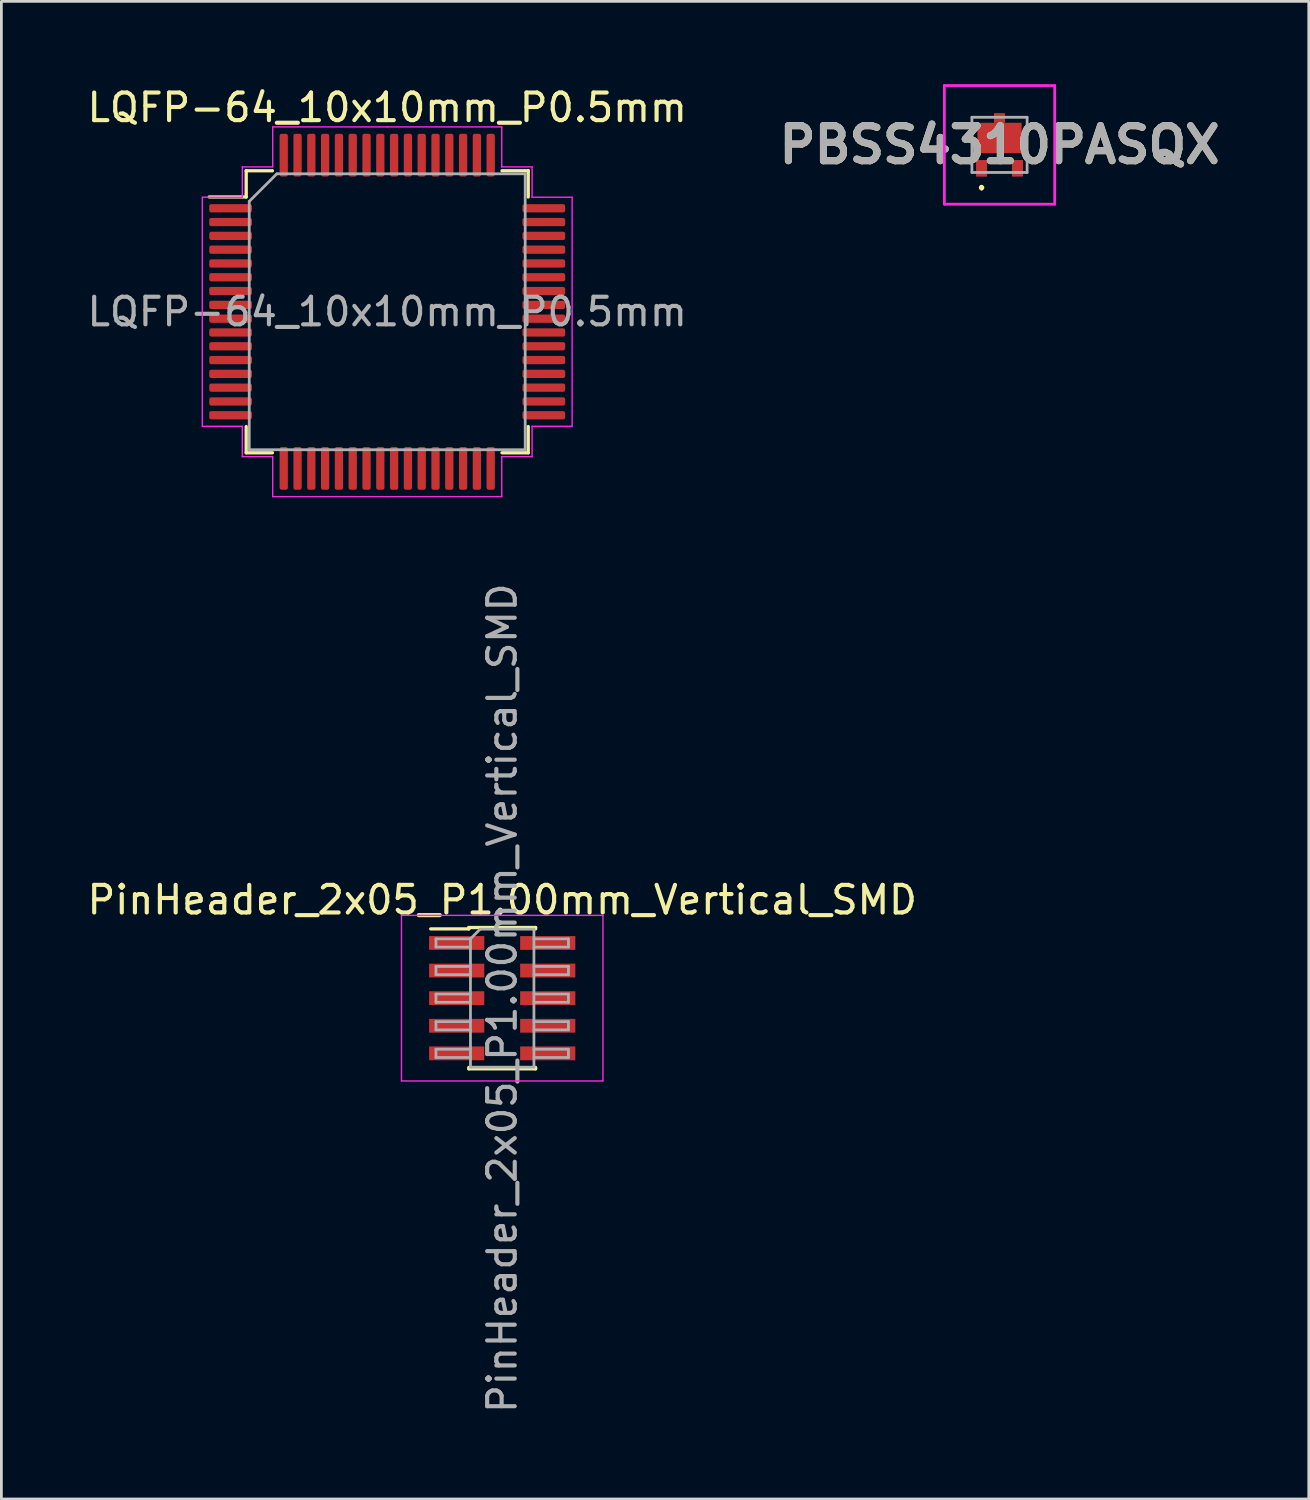
<source format=kicad_pcb>
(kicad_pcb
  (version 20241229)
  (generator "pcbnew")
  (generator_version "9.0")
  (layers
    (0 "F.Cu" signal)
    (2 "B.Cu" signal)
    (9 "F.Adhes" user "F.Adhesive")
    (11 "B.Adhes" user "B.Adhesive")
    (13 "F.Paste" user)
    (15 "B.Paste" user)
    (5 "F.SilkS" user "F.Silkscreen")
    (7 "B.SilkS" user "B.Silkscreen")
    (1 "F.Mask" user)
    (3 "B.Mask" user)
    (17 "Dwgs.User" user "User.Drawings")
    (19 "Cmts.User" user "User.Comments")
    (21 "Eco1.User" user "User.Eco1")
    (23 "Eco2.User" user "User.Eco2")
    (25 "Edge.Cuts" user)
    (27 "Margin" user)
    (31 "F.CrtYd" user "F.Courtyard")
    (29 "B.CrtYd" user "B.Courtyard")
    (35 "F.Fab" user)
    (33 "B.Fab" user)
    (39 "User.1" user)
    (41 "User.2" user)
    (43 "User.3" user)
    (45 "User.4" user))
  (footprint "LQFP-64_10x10mm_P0.5mm"
    (layer "F.Cu")
    (at 10.982 8.248)
    (property "Reference" "LQFP-64_10x10mm_P0.5mm" (at 0 -7.4 0) (layer "F.SilkS") (effects (font (size 1 1) (thickness 0.15))))
    (attr smd)
    (fp_line (start -5.11 -5.11) (end -5.11 -4.16) (stroke (width 0.12) (type solid)) (layer "F.SilkS"))
    (fp_line (start -5.11 -4.16) (end -6.45 -4.16) (stroke (width 0.12) (type solid)) (layer "F.SilkS"))
    (fp_line (start -5.11 5.11) (end -5.11 4.16) (stroke (width 0.12) (type solid)) (layer "F.SilkS"))
    (fp_line (start -4.16 -5.11) (end -5.11 -5.11) (stroke (width 0.12) (type solid)) (layer "F.SilkS"))
    (fp_line (start -4.16 5.11) (end -5.11 5.11) (stroke (width 0.12) (type solid)) (layer "F.SilkS"))
    (fp_line (start 4.16 -5.11) (end 5.11 -5.11) (stroke (width 0.12) (type solid)) (layer "F.SilkS"))
    (fp_line (start 4.16 5.11) (end 5.11 5.11) (stroke (width 0.12) (type solid)) (layer "F.SilkS"))
    (fp_line (start 5.11 -5.11) (end 5.11 -4.16) (stroke (width 0.12) (type solid)) (layer "F.SilkS"))
    (fp_line (start 5.11 5.11) (end 5.11 4.16) (stroke (width 0.12) (type solid)) (layer "F.SilkS"))
    (fp_line (start -6.7 -4.15) (end -6.7 0) (stroke (width 0.05) (type solid)) (layer "F.CrtYd"))
    (fp_line (start -6.7 4.15) (end -6.7 0) (stroke (width 0.05) (type solid)) (layer "F.CrtYd"))
    (fp_line (start -5.25 -5.25) (end -5.25 -4.15) (stroke (width 0.05) (type solid)) (layer "F.CrtYd"))
    (fp_line (start -5.25 -4.15) (end -6.7 -4.15) (stroke (width 0.05) (type solid)) (layer "F.CrtYd"))
    (fp_line (start -5.25 4.15) (end -6.7 4.15) (stroke (width 0.05) (type solid)) (layer "F.CrtYd"))
    (fp_line (start -5.25 5.25) (end -5.25 4.15) (stroke (width 0.05) (type solid)) (layer "F.CrtYd"))
    (fp_line (start -4.15 -6.7) (end -4.15 -5.25) (stroke (width 0.05) (type solid)) (layer "F.CrtYd"))
    (fp_line (start -4.15 -5.25) (end -5.25 -5.25) (stroke (width 0.05) (type solid)) (layer "F.CrtYd"))
    (fp_line (start -4.15 5.25) (end -5.25 5.25) (stroke (width 0.05) (type solid)) (layer "F.CrtYd"))
    (fp_line (start -4.15 6.7) (end -4.15 5.25) (stroke (width 0.05) (type solid)) (layer "F.CrtYd"))
    (fp_line (start 0 -6.7) (end -4.15 -6.7) (stroke (width 0.05) (type solid)) (layer "F.CrtYd"))
    (fp_line (start 0 -6.7) (end 4.15 -6.7) (stroke (width 0.05) (type solid)) (layer "F.CrtYd"))
    (fp_line (start 0 6.7) (end -4.15 6.7) (stroke (width 0.05) (type solid)) (layer "F.CrtYd"))
    (fp_line (start 0 6.7) (end 4.15 6.7) (stroke (width 0.05) (type solid)) (layer "F.CrtYd"))
    (fp_line (start 4.15 -6.7) (end 4.15 -5.25) (stroke (width 0.05) (type solid)) (layer "F.CrtYd"))
    (fp_line (start 4.15 -5.25) (end 5.25 -5.25) (stroke (width 0.05) (type solid)) (layer "F.CrtYd"))
    (fp_line (start 4.15 5.25) (end 5.25 5.25) (stroke (width 0.05) (type solid)) (layer "F.CrtYd"))
    (fp_line (start 4.15 6.7) (end 4.15 5.25) (stroke (width 0.05) (type solid)) (layer "F.CrtYd"))
    (fp_line (start 5.25 -5.25) (end 5.25 -4.15) (stroke (width 0.05) (type solid)) (layer "F.CrtYd"))
    (fp_line (start 5.25 -4.15) (end 6.7 -4.15) (stroke (width 0.05) (type solid)) (layer "F.CrtYd"))
    (fp_line (start 5.25 4.15) (end 6.7 4.15) (stroke (width 0.05) (type solid)) (layer "F.CrtYd"))
    (fp_line (start 5.25 5.25) (end 5.25 4.15) (stroke (width 0.05) (type solid)) (layer "F.CrtYd"))
    (fp_line (start 6.7 -4.15) (end 6.7 0) (stroke (width 0.05) (type solid)) (layer "F.CrtYd"))
    (fp_line (start 6.7 4.15) (end 6.7 0) (stroke (width 0.05) (type solid)) (layer "F.CrtYd"))
    (fp_line (start -5 -4) (end -4 -5) (stroke (width 0.1) (type solid)) (layer "F.Fab"))
    (fp_line (start -5 5) (end -5 -4) (stroke (width 0.1) (type solid)) (layer "F.Fab"))
    (fp_line (start -4 -5) (end 5 -5) (stroke (width 0.1) (type solid)) (layer "F.Fab"))
    (fp_line (start 5 -5) (end 5 5) (stroke (width 0.1) (type solid)) (layer "F.Fab"))
    (fp_line (start 5 5) (end -5 5) (stroke (width 0.1) (type solid)) (layer "F.Fab"))
    (fp_text user "${REFERENCE}" (at 0 0 0) (layer "F.Fab") (effects (font (size 1 1) (thickness 0.15))))
    (pad "1" smd roundrect (at -5.675 -3.75) (size 1.55 0.3) (layers "F.Cu" "F.Mask" "F.Paste") (roundrect_rratio 0.25))
    (pad "2" smd roundrect (at -5.675 -3.25) (size 1.55 0.3) (layers "F.Cu" "F.Mask" "F.Paste") (roundrect_rratio 0.25))
    (pad "3" smd roundrect (at -5.675 -2.75) (size 1.55 0.3) (layers "F.Cu" "F.Mask" "F.Paste") (roundrect_rratio 0.25))
    (pad "4" smd roundrect (at -5.675 -2.25) (size 1.55 0.3) (layers "F.Cu" "F.Mask" "F.Paste") (roundrect_rratio 0.25))
    (pad "5" smd roundrect (at -5.675 -1.75) (size 1.55 0.3) (layers "F.Cu" "F.Mask" "F.Paste") (roundrect_rratio 0.25))
    (pad "6" smd roundrect (at -5.675 -1.25) (size 1.55 0.3) (layers "F.Cu" "F.Mask" "F.Paste") (roundrect_rratio 0.25))
    (pad "7" smd roundrect (at -5.675 -0.75) (size 1.55 0.3) (layers "F.Cu" "F.Mask" "F.Paste") (roundrect_rratio 0.25))
    (pad "8" smd roundrect (at -5.675 -0.25) (size 1.55 0.3) (layers "F.Cu" "F.Mask" "F.Paste") (roundrect_rratio 0.25))
    (pad "9" smd roundrect (at -5.675 0.25) (size 1.55 0.3) (layers "F.Cu" "F.Mask" "F.Paste") (roundrect_rratio 0.25))
    (pad "10" smd roundrect (at -5.675 0.75) (size 1.55 0.3) (layers "F.Cu" "F.Mask" "F.Paste") (roundrect_rratio 0.25))
    (pad "11" smd roundrect (at -5.675 1.25) (size 1.55 0.3) (layers "F.Cu" "F.Mask" "F.Paste") (roundrect_rratio 0.25))
    (pad "12" smd roundrect (at -5.675 1.75) (size 1.55 0.3) (layers "F.Cu" "F.Mask" "F.Paste") (roundrect_rratio 0.25))
    (pad "13" smd roundrect (at -5.675 2.25) (size 1.55 0.3) (layers "F.Cu" "F.Mask" "F.Paste") (roundrect_rratio 0.25))
    (pad "14" smd roundrect (at -5.675 2.75) (size 1.55 0.3) (layers "F.Cu" "F.Mask" "F.Paste") (roundrect_rratio 0.25))
    (pad "15" smd roundrect (at -5.675 3.25) (size 1.55 0.3) (layers "F.Cu" "F.Mask" "F.Paste") (roundrect_rratio 0.25))
    (pad "16" smd roundrect (at -5.675 3.75) (size 1.55 0.3) (layers "F.Cu" "F.Mask" "F.Paste") (roundrect_rratio 0.25))
    (pad "17" smd roundrect (at -3.75 5.675) (size 0.3 1.55) (layers "F.Cu" "F.Mask" "F.Paste") (roundrect_rratio 0.25))
    (pad "18" smd roundrect (at -3.25 5.675) (size 0.3 1.55) (layers "F.Cu" "F.Mask" "F.Paste") (roundrect_rratio 0.25))
    (pad "19" smd roundrect (at -2.75 5.675) (size 0.3 1.55) (layers "F.Cu" "F.Mask" "F.Paste") (roundrect_rratio 0.25))
    (pad "20" smd roundrect (at -2.25 5.675) (size 0.3 1.55) (layers "F.Cu" "F.Mask" "F.Paste") (roundrect_rratio 0.25))
    (pad "21" smd roundrect (at -1.75 5.675) (size 0.3 1.55) (layers "F.Cu" "F.Mask" "F.Paste") (roundrect_rratio 0.25))
    (pad "22" smd roundrect (at -1.25 5.675) (size 0.3 1.55) (layers "F.Cu" "F.Mask" "F.Paste") (roundrect_rratio 0.25))
    (pad "23" smd roundrect (at -0.75 5.675) (size 0.3 1.55) (layers "F.Cu" "F.Mask" "F.Paste") (roundrect_rratio 0.25))
    (pad "24" smd roundrect (at -0.25 5.675) (size 0.3 1.55) (layers "F.Cu" "F.Mask" "F.Paste") (roundrect_rratio 0.25))
    (pad "25" smd roundrect (at 0.25 5.675) (size 0.3 1.55) (layers "F.Cu" "F.Mask" "F.Paste") (roundrect_rratio 0.25))
    (pad "26" smd roundrect (at 0.75 5.675) (size 0.3 1.55) (layers "F.Cu" "F.Mask" "F.Paste") (roundrect_rratio 0.25))
    (pad "27" smd roundrect (at 1.25 5.675) (size 0.3 1.55) (layers "F.Cu" "F.Mask" "F.Paste") (roundrect_rratio 0.25))
    (pad "28" smd roundrect (at 1.75 5.675) (size 0.3 1.55) (layers "F.Cu" "F.Mask" "F.Paste") (roundrect_rratio 0.25))
    (pad "29" smd roundrect (at 2.25 5.675) (size 0.3 1.55) (layers "F.Cu" "F.Mask" "F.Paste") (roundrect_rratio 0.25))
    (pad "30" smd roundrect (at 2.75 5.675) (size 0.3 1.55) (layers "F.Cu" "F.Mask" "F.Paste") (roundrect_rratio 0.25))
    (pad "31" smd roundrect (at 3.25 5.675) (size 0.3 1.55) (layers "F.Cu" "F.Mask" "F.Paste") (roundrect_rratio 0.25))
    (pad "32" smd roundrect (at 3.75 5.675) (size 0.3 1.55) (layers "F.Cu" "F.Mask" "F.Paste") (roundrect_rratio 0.25))
    (pad "33" smd roundrect (at 5.675 3.75) (size 1.55 0.3) (layers "F.Cu" "F.Mask" "F.Paste") (roundrect_rratio 0.25))
    (pad "34" smd roundrect (at 5.675 3.25) (size 1.55 0.3) (layers "F.Cu" "F.Mask" "F.Paste") (roundrect_rratio 0.25))
    (pad "35" smd roundrect (at 5.675 2.75) (size 1.55 0.3) (layers "F.Cu" "F.Mask" "F.Paste") (roundrect_rratio 0.25))
    (pad "36" smd roundrect (at 5.675 2.25) (size 1.55 0.3) (layers "F.Cu" "F.Mask" "F.Paste") (roundrect_rratio 0.25))
    (pad "37" smd roundrect (at 5.675 1.75) (size 1.55 0.3) (layers "F.Cu" "F.Mask" "F.Paste") (roundrect_rratio 0.25))
    (pad "38" smd roundrect (at 5.675 1.25) (size 1.55 0.3) (layers "F.Cu" "F.Mask" "F.Paste") (roundrect_rratio 0.25))
    (pad "39" smd roundrect (at 5.675 0.75) (size 1.55 0.3) (layers "F.Cu" "F.Mask" "F.Paste") (roundrect_rratio 0.25))
    (pad "40" smd roundrect (at 5.675 0.25) (size 1.55 0.3) (layers "F.Cu" "F.Mask" "F.Paste") (roundrect_rratio 0.25))
    (pad "41" smd roundrect (at 5.675 -0.25) (size 1.55 0.3) (layers "F.Cu" "F.Mask" "F.Paste") (roundrect_rratio 0.25))
    (pad "42" smd roundrect (at 5.675 -0.75) (size 1.55 0.3) (layers "F.Cu" "F.Mask" "F.Paste") (roundrect_rratio 0.25))
    (pad "43" smd roundrect (at 5.675 -1.25) (size 1.55 0.3) (layers "F.Cu" "F.Mask" "F.Paste") (roundrect_rratio 0.25))
    (pad "44" smd roundrect (at 5.675 -1.75) (size 1.55 0.3) (layers "F.Cu" "F.Mask" "F.Paste") (roundrect_rratio 0.25))
    (pad "45" smd roundrect (at 5.675 -2.25) (size 1.55 0.3) (layers "F.Cu" "F.Mask" "F.Paste") (roundrect_rratio 0.25))
    (pad "46" smd roundrect (at 5.675 -2.75) (size 1.55 0.3) (layers "F.Cu" "F.Mask" "F.Paste") (roundrect_rratio 0.25))
    (pad "47" smd roundrect (at 5.675 -3.25) (size 1.55 0.3) (layers "F.Cu" "F.Mask" "F.Paste") (roundrect_rratio 0.25))
    (pad "48" smd roundrect (at 5.675 -3.75) (size 1.55 0.3) (layers "F.Cu" "F.Mask" "F.Paste") (roundrect_rratio 0.25))
    (pad "49" smd roundrect (at 3.75 -5.675) (size 0.3 1.55) (layers "F.Cu" "F.Mask" "F.Paste") (roundrect_rratio 0.25))
    (pad "50" smd roundrect (at 3.25 -5.675) (size 0.3 1.55) (layers "F.Cu" "F.Mask" "F.Paste") (roundrect_rratio 0.25))
    (pad "51" smd roundrect (at 2.75 -5.675) (size 0.3 1.55) (layers "F.Cu" "F.Mask" "F.Paste") (roundrect_rratio 0.25))
    (pad "52" smd roundrect (at 2.25 -5.675) (size 0.3 1.55) (layers "F.Cu" "F.Mask" "F.Paste") (roundrect_rratio 0.25))
    (pad "53" smd roundrect (at 1.75 -5.675) (size 0.3 1.55) (layers "F.Cu" "F.Mask" "F.Paste") (roundrect_rratio 0.25))
    (pad "54" smd roundrect (at 1.25 -5.675) (size 0.3 1.55) (layers "F.Cu" "F.Mask" "F.Paste") (roundrect_rratio 0.25))
    (pad "55" smd roundrect (at 0.75 -5.675) (size 0.3 1.55) (layers "F.Cu" "F.Mask" "F.Paste") (roundrect_rratio 0.25))
    (pad "56" smd roundrect (at 0.25 -5.675) (size 0.3 1.55) (layers "F.Cu" "F.Mask" "F.Paste") (roundrect_rratio 0.25))
    (pad "57" smd roundrect (at -0.25 -5.675) (size 0.3 1.55) (layers "F.Cu" "F.Mask" "F.Paste") (roundrect_rratio 0.25))
    (pad "58" smd roundrect (at -0.75 -5.675) (size 0.3 1.55) (layers "F.Cu" "F.Mask" "F.Paste") (roundrect_rratio 0.25))
    (pad "59" smd roundrect (at -1.25 -5.675) (size 0.3 1.55) (layers "F.Cu" "F.Mask" "F.Paste") (roundrect_rratio 0.25))
    (pad "60" smd roundrect (at -1.75 -5.675) (size 0.3 1.55) (layers "F.Cu" "F.Mask" "F.Paste") (roundrect_rratio 0.25))
    (pad "61" smd roundrect (at -2.25 -5.675) (size 0.3 1.55) (layers "F.Cu" "F.Mask" "F.Paste") (roundrect_rratio 0.25))
    (pad "62" smd roundrect (at -2.75 -5.675) (size 0.3 1.55) (layers "F.Cu" "F.Mask" "F.Paste") (roundrect_rratio 0.25))
    (pad "63" smd roundrect (at -3.25 -5.675) (size 0.3 1.55) (layers "F.Cu" "F.Mask" "F.Paste") (roundrect_rratio 0.25))
    (pad "64" smd roundrect (at -3.75 -5.675) (size 0.3 1.55) (layers "F.Cu" "F.Mask" "F.Paste") (roundrect_rratio 0.25)))
  (footprint "PinHeader_2x05_P1.00mm_Vertical_SMD"
    (layer "F.Cu")
    (at 15.149 33.122)
    (property "Reference" "PinHeader_2x05_P1.00mm_Vertical_SMD" (at 0 -3.56 0) (layer "F.SilkS") (effects (font (size 1 1) (thickness 0.15))))
    (attr smd)
    (fp_line (start -2.59 -2.51) (end -1.21 -2.51) (stroke (width 0.12) (type solid)) (layer "F.SilkS"))
    (fp_line (start -1.21 -2.56) (end -1.21 -2.51) (stroke (width 0.12) (type solid)) (layer "F.SilkS"))
    (fp_line (start -1.21 -2.56) (end 1.21 -2.56) (stroke (width 0.12) (type solid)) (layer "F.SilkS"))
    (fp_line (start -1.21 2.51) (end -1.21 2.56) (stroke (width 0.12) (type solid)) (layer "F.SilkS"))
    (fp_line (start -1.21 2.56) (end 1.21 2.56) (stroke (width 0.12) (type solid)) (layer "F.SilkS"))
    (fp_line (start 1.21 -2.56) (end 1.21 -2.51) (stroke (width 0.12) (type solid)) (layer "F.SilkS"))
    (fp_line (start 1.21 2.51) (end 1.21 2.56) (stroke (width 0.12) (type solid)) (layer "F.SilkS"))
    (fp_line (start -3.65 -3) (end -3.65 3) (stroke (width 0.05) (type solid)) (layer "F.CrtYd"))
    (fp_line (start -3.65 3) (end 3.65 3) (stroke (width 0.05) (type solid)) (layer "F.CrtYd"))
    (fp_line (start 3.65 -3) (end -3.65 -3) (stroke (width 0.05) (type solid)) (layer "F.CrtYd"))
    (fp_line (start 3.65 3) (end 3.65 -3) (stroke (width 0.05) (type solid)) (layer "F.CrtYd"))
    (fp_line (start -2.4 -2.15) (end -2.4 -1.85) (stroke (width 0.1) (type solid)) (layer "F.Fab"))
    (fp_line (start -2.4 -1.85) (end -1.15 -1.85) (stroke (width 0.1) (type solid)) (layer "F.Fab"))
    (fp_line (start -2.4 -1.15) (end -2.4 -0.85) (stroke (width 0.1) (type solid)) (layer "F.Fab"))
    (fp_line (start -2.4 -0.85) (end -1.15 -0.85) (stroke (width 0.1) (type solid)) (layer "F.Fab"))
    (fp_line (start -2.4 -0.15) (end -2.4 0.15) (stroke (width 0.1) (type solid)) (layer "F.Fab"))
    (fp_line (start -2.4 0.15) (end -1.15 0.15) (stroke (width 0.1) (type solid)) (layer "F.Fab"))
    (fp_line (start -2.4 0.85) (end -2.4 1.15) (stroke (width 0.1) (type solid)) (layer "F.Fab"))
    (fp_line (start -2.4 1.15) (end -1.15 1.15) (stroke (width 0.1) (type solid)) (layer "F.Fab"))
    (fp_line (start -2.4 1.85) (end -2.4 2.15) (stroke (width 0.1) (type solid)) (layer "F.Fab"))
    (fp_line (start -2.4 2.15) (end -1.15 2.15) (stroke (width 0.1) (type solid)) (layer "F.Fab"))
    (fp_line (start -1.15 -2.15) (end -2.4 -2.15) (stroke (width 0.1) (type solid)) (layer "F.Fab"))
    (fp_line (start -1.15 -2.15) (end -0.8 -2.5) (stroke (width 0.1) (type solid)) (layer "F.Fab"))
    (fp_line (start -1.15 -1.15) (end -2.4 -1.15) (stroke (width 0.1) (type solid)) (layer "F.Fab"))
    (fp_line (start -1.15 -0.15) (end -2.4 -0.15) (stroke (width 0.1) (type solid)) (layer "F.Fab"))
    (fp_line (start -1.15 0.85) (end -2.4 0.85) (stroke (width 0.1) (type solid)) (layer "F.Fab"))
    (fp_line (start -1.15 1.85) (end -2.4 1.85) (stroke (width 0.1) (type solid)) (layer "F.Fab"))
    (fp_line (start -1.15 2.5) (end -1.15 -2.15) (stroke (width 0.1) (type solid)) (layer "F.Fab"))
    (fp_line (start -0.8 -2.5) (end 1.15 -2.5) (stroke (width 0.1) (type solid)) (layer "F.Fab"))
    (fp_line (start 1.15 -2.5) (end 1.15 2.5) (stroke (width 0.1) (type solid)) (layer "F.Fab"))
    (fp_line (start 1.15 -2.15) (end 2.4 -2.15) (stroke (width 0.1) (type solid)) (layer "F.Fab"))
    (fp_line (start 1.15 -1.15) (end 2.4 -1.15) (stroke (width 0.1) (type solid)) (layer "F.Fab"))
    (fp_line (start 1.15 -0.15) (end 2.4 -0.15) (stroke (width 0.1) (type solid)) (layer "F.Fab"))
    (fp_line (start 1.15 0.85) (end 2.4 0.85) (stroke (width 0.1) (type solid)) (layer "F.Fab"))
    (fp_line (start 1.15 1.85) (end 2.4 1.85) (stroke (width 0.1) (type solid)) (layer "F.Fab"))
    (fp_line (start 1.15 2.5) (end -1.15 2.5) (stroke (width 0.1) (type solid)) (layer "F.Fab"))
    (fp_line (start 2.4 -2.15) (end 2.4 -1.85) (stroke (width 0.1) (type solid)) (layer "F.Fab"))
    (fp_line (start 2.4 -1.85) (end 1.15 -1.85) (stroke (width 0.1) (type solid)) (layer "F.Fab"))
    (fp_line (start 2.4 -1.15) (end 2.4 -0.85) (stroke (width 0.1) (type solid)) (layer "F.Fab"))
    (fp_line (start 2.4 -0.85) (end 1.15 -0.85) (stroke (width 0.1) (type solid)) (layer "F.Fab"))
    (fp_line (start 2.4 -0.15) (end 2.4 0.15) (stroke (width 0.1) (type solid)) (layer "F.Fab"))
    (fp_line (start 2.4 0.15) (end 1.15 0.15) (stroke (width 0.1) (type solid)) (layer "F.Fab"))
    (fp_line (start 2.4 0.85) (end 2.4 1.15) (stroke (width 0.1) (type solid)) (layer "F.Fab"))
    (fp_line (start 2.4 1.15) (end 1.15 1.15) (stroke (width 0.1) (type solid)) (layer "F.Fab"))
    (fp_line (start 2.4 1.85) (end 2.4 2.15) (stroke (width 0.1) (type solid)) (layer "F.Fab"))
    (fp_line (start 2.4 2.15) (end 1.15 2.15) (stroke (width 0.1) (type solid)) (layer "F.Fab"))
    (fp_text user "${REFERENCE}" (at 0 0 90) (layer "F.Fab") (effects (font (size 1 1) (thickness 0.15))))
    (pad "1" smd rect (at -1.65 -2 180) (size 2 0.5) (layers "F.Cu" "F.Mask" "F.Paste"))
    (pad "2" smd rect (at 1.65 -2 180) (size 2 0.5) (layers "F.Cu" "F.Mask" "F.Paste"))
    (pad "3" smd rect (at -1.65 -1 180) (size 2 0.5) (layers "F.Cu" "F.Mask" "F.Paste"))
    (pad "4" smd rect (at 1.65 -1 180) (size 2 0.5) (layers "F.Cu" "F.Mask" "F.Paste"))
    (pad "5" smd rect (at -1.65 0 180) (size 2 0.5) (layers "F.Cu" "F.Mask" "F.Paste"))
    (pad "6" smd rect (at 1.65 0 180) (size 2 0.5) (layers "F.Cu" "F.Mask" "F.Paste"))
    (pad "7" smd rect (at -1.65 1 180) (size 2 0.5) (layers "F.Cu" "F.Mask" "F.Paste"))
    (pad "8" smd rect (at 1.65 1 180) (size 2 0.5) (layers "F.Cu" "F.Mask" "F.Paste"))
    (pad "9" smd rect (at -1.65 2 180) (size 2 0.5) (layers "F.Cu" "F.Mask" "F.Paste"))
    (pad "10" smd rect (at 1.65 2 180) (size 2 0.5) (layers "F.Cu" "F.Mask" "F.Paste")))
  (footprint "PBSS4310PASQX"
    (layer "F.Cu")
    (at 33.171 2.2)
    (property "Reference" "PBSS4310PASQX" (at 0 0 0) (layer "F.SilkS") (effects (font (size 1.27 1.27) (thickness 0.254))))
    (attr smd)
    (fp_line (start -0.65 1.5) (end -0.65 1.5) (stroke (width 0.1) (type solid)) (layer "F.SilkS"))
    (fp_line (start -0.65 1.6) (end -0.65 1.6) (stroke (width 0.1) (type solid)) (layer "F.SilkS"))
    (fp_arc (start -0.65 1.5) (mid -0.6 1.55) (end -0.65 1.6) (stroke (width 0.1) (type solid)) (layer "F.SilkS"))
    (fp_arc (start -0.65 1.6) (mid -0.7 1.55) (end -0.65 1.5) (stroke (width 0.1) (type solid)) (layer "F.SilkS"))
    (fp_line (start -2 -2.15) (end -2 2.15) (stroke (width 0.1) (type solid)) (layer "F.CrtYd"))
    (fp_line (start -2 2.15) (end 2 2.15) (stroke (width 0.1) (type solid)) (layer "F.CrtYd"))
    (fp_line (start 2 -2.15) (end -2 -2.15) (stroke (width 0.1) (type solid)) (layer "F.CrtYd"))
    (fp_line (start 2 2.15) (end 2 -2.15) (stroke (width 0.1) (type solid)) (layer "F.CrtYd"))
    (fp_line (start -1 -1) (end -1 1) (stroke (width 0.1) (type solid)) (layer "F.Fab"))
    (fp_line (start -1 1) (end 1 1) (stroke (width 0.1) (type solid)) (layer "F.Fab"))
    (fp_line (start 1 -1) (end -1 -1) (stroke (width 0.1) (type solid)) (layer "F.Fab"))
    (fp_line (start 1 1) (end 1 -1) (stroke (width 0.1) (type solid)) (layer "F.Fab"))
    (fp_text user "${REFERENCE}" (at 0 0 0) (layer "F.Fab") (effects (font (size 1.27 1.27) (thickness 0.254))))
    (pad "1" smd rect (at -0.65 0.85) (size 0.4 0.6) (layers "F.Cu" "F.Mask" "F.Paste"))
    (pad "2" smd rect (at 0.65 0.85) (size 0.4 0.6) (layers "F.Cu" "F.Mask" "F.Paste"))
    (pad "3" smd rect (at 0 -0.975 90) (size 0.35 0.4) (layers "F.Cu" "F.Mask" "F.Paste"))
    (pad "4" smd rect (at 0 -0.25 90) (size 1.1 1.6) (layers "F.Cu" "F.Mask" "F.Paste")))
  (gr_rect
    (start -3 -3)
    (end 44.378 51.271)
    (stroke (width 0.1) (type default))
    (fill no)
    (layer "Edge.Cuts")))
</source>
